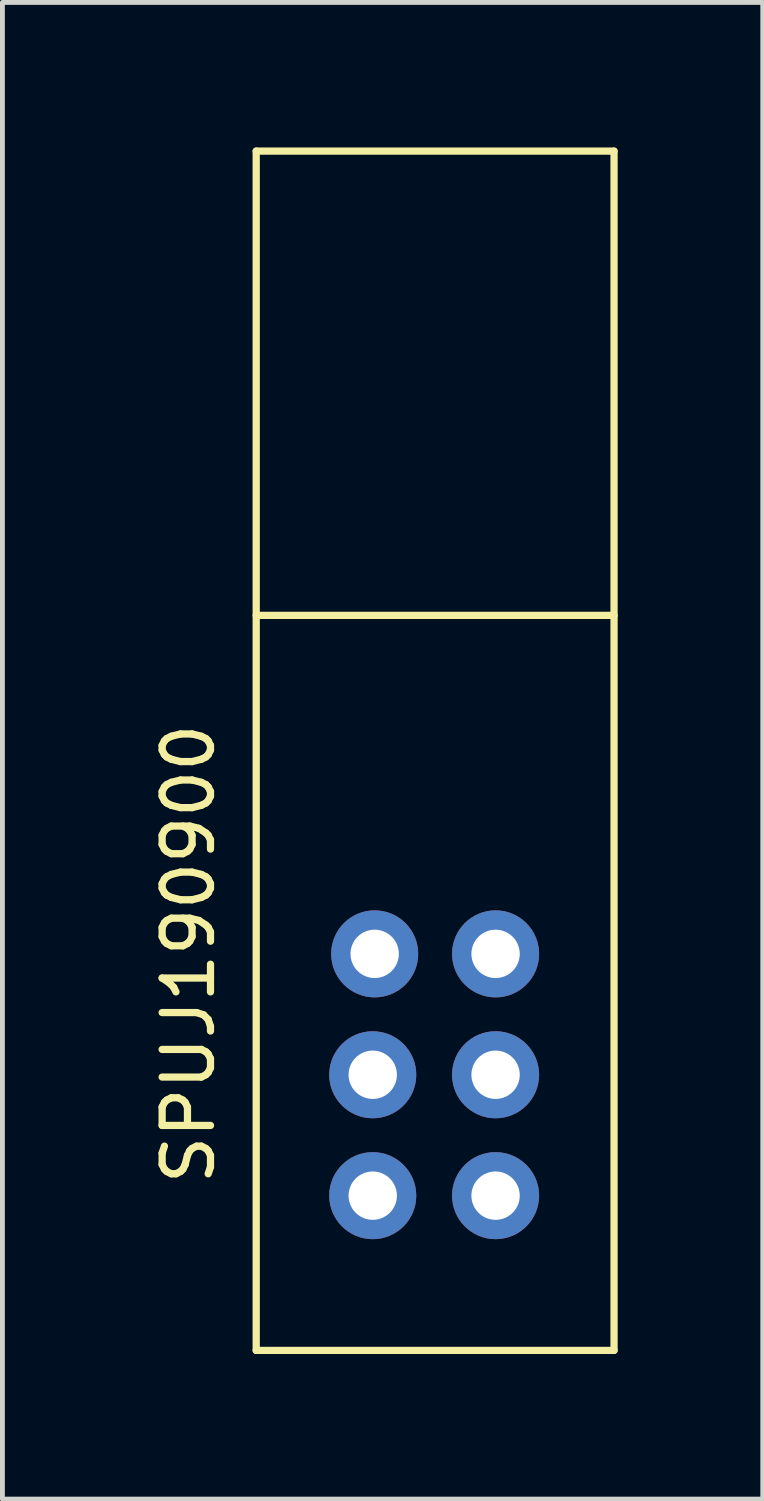
<source format=kicad_pcb>
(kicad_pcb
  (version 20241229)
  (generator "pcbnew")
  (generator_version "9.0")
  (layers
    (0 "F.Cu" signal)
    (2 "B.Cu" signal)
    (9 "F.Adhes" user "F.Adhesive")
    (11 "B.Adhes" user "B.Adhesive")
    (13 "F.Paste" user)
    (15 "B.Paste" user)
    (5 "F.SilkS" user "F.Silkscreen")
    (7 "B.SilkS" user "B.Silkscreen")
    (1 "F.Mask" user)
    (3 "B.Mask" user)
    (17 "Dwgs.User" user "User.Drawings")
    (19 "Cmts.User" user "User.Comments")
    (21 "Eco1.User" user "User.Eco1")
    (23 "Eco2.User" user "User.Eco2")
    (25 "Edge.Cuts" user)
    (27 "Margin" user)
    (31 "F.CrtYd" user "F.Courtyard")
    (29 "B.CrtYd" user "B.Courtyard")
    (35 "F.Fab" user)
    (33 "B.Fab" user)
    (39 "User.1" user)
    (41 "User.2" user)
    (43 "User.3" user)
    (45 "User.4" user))
  (footprint "SPUJ190900"
    (layer "F.Cu")
    (at 7.198 16.675)
    (property "Reference" "SPUJ190900" (at -6.35 0 90) (layer "F.SilkS") (effects (font (size 1 1) (thickness 0.15))))
    (attr through_hole)
    (fp_line (start -4.95 -16.6) (end -4.95 8.2) (stroke (width 0.15) (type solid)) (layer "F.SilkS"))
    (fp_line (start -4.95 -16.6) (end 2.45 -16.6) (stroke (width 0.15) (type solid)) (layer "F.SilkS"))
    (fp_line (start -4.95 -7) (end 2.45 -7) (stroke (width 0.15) (type solid)) (layer "F.SilkS"))
    (fp_line (start -4.95 8.2) (end 2.45 8.2) (stroke (width 0.15) (type solid)) (layer "F.SilkS"))
    (fp_line (start 2.45 -16.6) (end 2.45 8.2) (stroke (width 0.15) (type solid)) (layer "F.SilkS"))
    (pad "1" thru_hole circle (at 0 0) (size 1.8 1.8) (drill 1) (layers "*.Cu" "*.Mask"))
    (pad "2" thru_hole circle (at 0 2.5) (size 1.8 1.8) (drill 1) (layers "*.Cu" "*.Mask"))
    (pad "3" thru_hole circle (at 0 5) (size 1.8 1.8) (drill 1) (layers "*.Cu" "*.Mask"))
    (pad "4" thru_hole circle (at -2.5 0) (size 1.8 1.8) (drill 1) (layers "*.Cu" "*.Mask"))
    (pad "5" thru_hole circle (at -2.54 2.5) (size 1.8 1.8) (drill 1) (layers "*.Cu" "*.Mask"))
    (pad "6" thru_hole circle (at -2.54 5) (size 1.8 1.8) (drill 1) (layers "*.Cu" "*.Mask")))
  (gr_rect
    (start -3 -3)
    (end 12.723 27.95)
    (stroke (width 0.1) (type default))
    (fill no)
    (layer "Edge.Cuts")))
</source>
